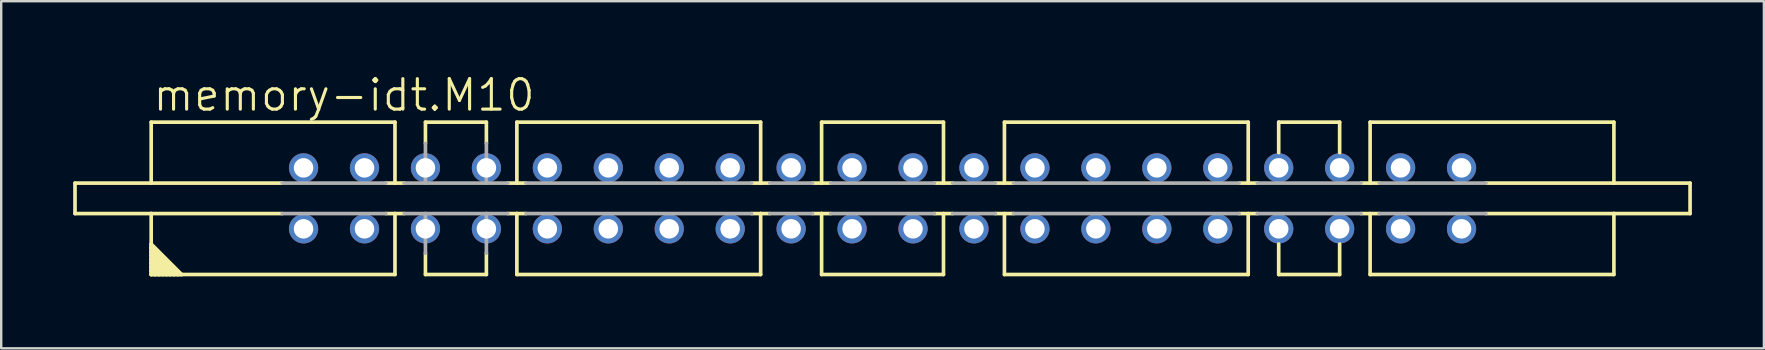
<source format=kicad_pcb>
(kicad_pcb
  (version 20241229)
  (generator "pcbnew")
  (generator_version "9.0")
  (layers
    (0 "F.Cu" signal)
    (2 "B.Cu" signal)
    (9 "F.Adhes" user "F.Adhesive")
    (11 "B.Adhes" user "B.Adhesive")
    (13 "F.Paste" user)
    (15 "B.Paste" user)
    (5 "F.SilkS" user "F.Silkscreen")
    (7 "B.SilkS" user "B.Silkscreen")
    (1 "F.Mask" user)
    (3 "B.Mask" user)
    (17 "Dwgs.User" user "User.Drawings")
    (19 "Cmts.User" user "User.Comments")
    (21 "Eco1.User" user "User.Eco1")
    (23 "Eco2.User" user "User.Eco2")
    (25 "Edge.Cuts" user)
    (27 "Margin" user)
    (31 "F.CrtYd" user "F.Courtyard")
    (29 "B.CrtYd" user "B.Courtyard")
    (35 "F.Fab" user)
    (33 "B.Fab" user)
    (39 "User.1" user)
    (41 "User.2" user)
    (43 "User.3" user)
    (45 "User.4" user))
  (footprint "memory-idt.M10"
    (layer "F.Cu")
    (at 33.731 5.216)
    (property "Reference" "memory-idt.M10" (at -30.48 -3.556 0) (layer "F.SilkS") (effects (font (size 1.27 1.27) (thickness 0.13)) (justify left bottom)))
    (attr through_hole)
    (fp_line (start -33.655 -0.635) (end -33.655 0.635) (stroke (width 0.152) (type default)) (layer "F.SilkS"))
    (fp_line (start -33.655 0.635) (end -30.48 0.635) (stroke (width 0.152) (type default)) (layer "F.SilkS"))
    (fp_line (start -30.48 -3.175) (end -30.48 -0.635) (stroke (width 0.152) (type default)) (layer "F.SilkS"))
    (fp_line (start -30.48 -0.635) (end -33.655 -0.635) (stroke (width 0.152) (type default)) (layer "F.SilkS"))
    (fp_line (start -30.48 0.635) (end -30.48 2.064) (stroke (width 0.152) (type default)) (layer "F.SilkS"))
    (fp_line (start -30.48 0.635) (end -25.019 0.635) (stroke (width 0.152) (type default)) (layer "F.SilkS"))
    (fp_line (start -30.48 1.905) (end -30.48 2.064) (stroke (width 0.152) (type default)) (layer "F.SilkS"))
    (fp_line (start -30.48 1.905) (end -29.21 3.175) (stroke (width 0.152) (type default)) (layer "F.SilkS"))
    (fp_line (start -30.48 2.064) (end -30.48 2.223) (stroke (width 0.152) (type default)) (layer "F.SilkS"))
    (fp_line (start -30.48 2.064) (end -30.48 2.381) (stroke (width 0.152) (type default)) (layer "F.SilkS"))
    (fp_line (start -30.48 2.064) (end -29.369 3.175) (stroke (width 0.152) (type default)) (layer "F.SilkS"))
    (fp_line (start -30.48 2.223) (end -30.48 2.381) (stroke (width 0.152) (type default)) (layer "F.SilkS"))
    (fp_line (start -30.48 2.223) (end -29.527 3.175) (stroke (width 0.152) (type default)) (layer "F.SilkS"))
    (fp_line (start -30.48 2.381) (end -30.48 2.54) (stroke (width 0.152) (type default)) (layer "F.SilkS"))
    (fp_line (start -30.48 2.381) (end -30.48 2.699) (stroke (width 0.152) (type default)) (layer "F.SilkS"))
    (fp_line (start -30.48 2.381) (end -29.686 3.175) (stroke (width 0.152) (type default)) (layer "F.SilkS"))
    (fp_line (start -30.48 2.54) (end -30.48 2.699) (stroke (width 0.152) (type default)) (layer "F.SilkS"))
    (fp_line (start -30.48 2.54) (end -29.845 3.175) (stroke (width 0.152) (type default)) (layer "F.SilkS"))
    (fp_line (start -30.48 2.699) (end -30.48 2.857) (stroke (width 0.152) (type default)) (layer "F.SilkS"))
    (fp_line (start -30.48 2.699) (end -30.48 3.016) (stroke (width 0.152) (type default)) (layer "F.SilkS"))
    (fp_line (start -30.48 2.699) (end -30.004 3.175) (stroke (width 0.152) (type default)) (layer "F.SilkS"))
    (fp_line (start -30.48 2.857) (end -30.48 3.016) (stroke (width 0.152) (type default)) (layer "F.SilkS"))
    (fp_line (start -30.48 2.857) (end -30.163 3.175) (stroke (width 0.152) (type default)) (layer "F.SilkS"))
    (fp_line (start -30.48 3.016) (end -30.48 3.175) (stroke (width 0.152) (type default)) (layer "F.SilkS"))
    (fp_line (start -30.48 3.016) (end -30.48 3.175) (stroke (width 0.152) (type default)) (layer "F.SilkS"))
    (fp_line (start -30.48 3.016) (end -30.321 3.175) (stroke (width 0.152) (type default)) (layer "F.SilkS"))
    (fp_line (start -30.48 3.175) (end -30.321 3.175) (stroke (width 0.152) (type default)) (layer "F.SilkS"))
    (fp_line (start -30.48 3.175) (end -20.32 3.175) (stroke (width 0.152) (type default)) (layer "F.SilkS"))
    (fp_line (start -30.321 3.175) (end -30.163 3.175) (stroke (width 0.152) (type default)) (layer "F.SilkS"))
    (fp_line (start -30.163 3.175) (end -30.004 3.175) (stroke (width 0.152) (type default)) (layer "F.SilkS"))
    (fp_line (start -30.004 3.175) (end -29.845 3.175) (stroke (width 0.152) (type default)) (layer "F.SilkS"))
    (fp_line (start -29.845 3.175) (end -29.686 3.175) (stroke (width 0.152) (type default)) (layer "F.SilkS"))
    (fp_line (start -29.686 3.175) (end -29.527 3.175) (stroke (width 0.152) (type default)) (layer "F.SilkS"))
    (fp_line (start -29.527 3.175) (end -29.369 3.175) (stroke (width 0.152) (type default)) (layer "F.SilkS"))
    (fp_line (start -29.369 3.175) (end -29.21 3.175) (stroke (width 0.152) (type default)) (layer "F.SilkS"))
    (fp_line (start -25.019 -0.635) (end -30.48 -0.635) (stroke (width 0.152) (type default)) (layer "F.SilkS"))
    (fp_line (start -20.32 -3.175) (end -30.48 -3.175) (stroke (width 0.152) (type default)) (layer "F.SilkS"))
    (fp_line (start -20.32 -0.635) (end -20.701 -0.635) (stroke (width 0.152) (type default)) (layer "F.SilkS"))
    (fp_line (start -20.32 -0.635) (end -20.32 -3.175) (stroke (width 0.152) (type default)) (layer "F.SilkS"))
    (fp_line (start -20.32 0.635) (end -20.701 0.635) (stroke (width 0.152) (type default)) (layer "F.SilkS"))
    (fp_line (start -20.32 0.635) (end -19.939 0.635) (stroke (width 0.152) (type default)) (layer "F.SilkS"))
    (fp_line (start -20.32 3.175) (end -20.32 0.635) (stroke (width 0.152) (type default)) (layer "F.SilkS"))
    (fp_line (start -19.939 -0.635) (end -20.32 -0.635) (stroke (width 0.152) (type default)) (layer "F.SilkS"))
    (fp_line (start -19.05 -3.175) (end -16.51 -3.175) (stroke (width 0.152) (type default)) (layer "F.SilkS"))
    (fp_line (start -19.05 -2.286) (end -19.05 -3.175) (stroke (width 0.152) (type default)) (layer "F.SilkS"))
    (fp_line (start -19.05 2.286) (end -19.05 3.175) (stroke (width 0.152) (type default)) (layer "F.SilkS"))
    (fp_line (start -19.05 3.175) (end -16.51 3.175) (stroke (width 0.152) (type default)) (layer "F.SilkS"))
    (fp_line (start -16.51 -3.175) (end -16.51 -2.286) (stroke (width 0.152) (type default)) (layer "F.SilkS"))
    (fp_line (start -16.51 3.175) (end -16.51 2.286) (stroke (width 0.152) (type default)) (layer "F.SilkS"))
    (fp_line (start -15.621 -0.635) (end -15.24 -0.635) (stroke (width 0.152) (type default)) (layer "F.SilkS"))
    (fp_line (start -15.621 0.635) (end -15.24 0.635) (stroke (width 0.152) (type default)) (layer "F.SilkS"))
    (fp_line (start -15.24 -3.175) (end -5.08 -3.175) (stroke (width 0.152) (type default)) (layer "F.SilkS"))
    (fp_line (start -15.24 -0.635) (end -15.24 -3.175) (stroke (width 0.152) (type default)) (layer "F.SilkS"))
    (fp_line (start -15.24 -0.635) (end -14.859 -0.635) (stroke (width 0.152) (type default)) (layer "F.SilkS"))
    (fp_line (start -15.24 0.635) (end -15.24 3.175) (stroke (width 0.152) (type default)) (layer "F.SilkS"))
    (fp_line (start -15.24 0.635) (end -14.859 0.635) (stroke (width 0.152) (type default)) (layer "F.SilkS"))
    (fp_line (start -15.24 3.175) (end -5.08 3.175) (stroke (width 0.152) (type default)) (layer "F.SilkS"))
    (fp_line (start -5.461 0.635) (end -5.08 0.635) (stroke (width 0.152) (type default)) (layer "F.SilkS"))
    (fp_line (start -5.08 -3.175) (end -5.08 -0.635) (stroke (width 0.152) (type default)) (layer "F.SilkS"))
    (fp_line (start -5.08 -0.635) (end -5.461 -0.635) (stroke (width 0.152) (type default)) (layer "F.SilkS"))
    (fp_line (start -5.08 0.635) (end -4.699 0.635) (stroke (width 0.152) (type default)) (layer "F.SilkS"))
    (fp_line (start -5.08 3.175) (end -5.08 0.635) (stroke (width 0.152) (type default)) (layer "F.SilkS"))
    (fp_line (start -4.699 -0.635) (end -5.08 -0.635) (stroke (width 0.152) (type default)) (layer "F.SilkS"))
    (fp_line (start -2.921 -0.635) (end -2.54 -0.635) (stroke (width 0.152) (type default)) (layer "F.SilkS"))
    (fp_line (start -2.921 0.635) (end -2.54 0.635) (stroke (width 0.152) (type default)) (layer "F.SilkS"))
    (fp_line (start -2.54 -3.175) (end 2.54 -3.175) (stroke (width 0.152) (type default)) (layer "F.SilkS"))
    (fp_line (start -2.54 -0.635) (end -2.54 -3.175) (stroke (width 0.152) (type default)) (layer "F.SilkS"))
    (fp_line (start -2.54 -0.635) (end -2.159 -0.635) (stroke (width 0.152) (type default)) (layer "F.SilkS"))
    (fp_line (start -2.54 0.635) (end -2.54 3.175) (stroke (width 0.152) (type default)) (layer "F.SilkS"))
    (fp_line (start -2.54 0.635) (end -2.159 0.635) (stroke (width 0.152) (type default)) (layer "F.SilkS"))
    (fp_line (start -2.54 3.175) (end 2.54 3.175) (stroke (width 0.152) (type default)) (layer "F.SilkS"))
    (fp_line (start 2.159 -0.635) (end 2.921 -0.635) (stroke (width 0.152) (type default)) (layer "F.SilkS"))
    (fp_line (start 2.159 0.635) (end 2.921 0.635) (stroke (width 0.152) (type default)) (layer "F.SilkS"))
    (fp_line (start 2.54 -3.175) (end 2.54 -0.635) (stroke (width 0.152) (type default)) (layer "F.SilkS"))
    (fp_line (start 2.54 3.175) (end 2.54 0.635) (stroke (width 0.152) (type default)) (layer "F.SilkS"))
    (fp_line (start 4.699 -0.635) (end 5.461 -0.635) (stroke (width 0.152) (type default)) (layer "F.SilkS"))
    (fp_line (start 5.08 -3.175) (end 5.08 -0.635) (stroke (width 0.152) (type default)) (layer "F.SilkS"))
    (fp_line (start 5.08 0.635) (end 5.08 3.175) (stroke (width 0.152) (type default)) (layer "F.SilkS"))
    (fp_line (start 5.08 3.175) (end 15.24 3.175) (stroke (width 0.152) (type default)) (layer "F.SilkS"))
    (fp_line (start 5.461 0.635) (end 4.699 0.635) (stroke (width 0.152) (type default)) (layer "F.SilkS"))
    (fp_line (start 14.859 0.635) (end 15.621 0.635) (stroke (width 0.152) (type default)) (layer "F.SilkS"))
    (fp_line (start 15.24 -3.175) (end 5.08 -3.175) (stroke (width 0.152) (type default)) (layer "F.SilkS"))
    (fp_line (start 15.24 -0.635) (end 15.24 -3.175) (stroke (width 0.152) (type default)) (layer "F.SilkS"))
    (fp_line (start 15.24 3.175) (end 15.24 0.635) (stroke (width 0.152) (type default)) (layer "F.SilkS"))
    (fp_line (start 15.621 -0.635) (end 14.859 -0.635) (stroke (width 0.152) (type default)) (layer "F.SilkS"))
    (fp_line (start 16.51 -3.175) (end 19.05 -3.175) (stroke (width 0.152) (type default)) (layer "F.SilkS"))
    (fp_line (start 16.51 -1.905) (end 16.51 -3.175) (stroke (width 0.152) (type default)) (layer "F.SilkS"))
    (fp_line (start 16.51 1.905) (end 16.51 3.175) (stroke (width 0.152) (type default)) (layer "F.SilkS"))
    (fp_line (start 16.51 3.175) (end 19.05 3.175) (stroke (width 0.152) (type default)) (layer "F.SilkS"))
    (fp_line (start 19.05 -3.175) (end 19.05 -1.905) (stroke (width 0.152) (type default)) (layer "F.SilkS"))
    (fp_line (start 19.05 3.175) (end 19.05 1.905) (stroke (width 0.152) (type default)) (layer "F.SilkS"))
    (fp_line (start 19.939 -0.635) (end 20.701 -0.635) (stroke (width 0.152) (type default)) (layer "F.SilkS"))
    (fp_line (start 19.939 0.635) (end 20.701 0.635) (stroke (width 0.152) (type default)) (layer "F.SilkS"))
    (fp_line (start 20.32 -3.175) (end 30.48 -3.175) (stroke (width 0.152) (type default)) (layer "F.SilkS"))
    (fp_line (start 20.32 -0.635) (end 20.32 -3.175) (stroke (width 0.152) (type default)) (layer "F.SilkS"))
    (fp_line (start 20.32 0.635) (end 20.32 3.175) (stroke (width 0.152) (type default)) (layer "F.SilkS"))
    (fp_line (start 20.32 3.175) (end 30.48 3.175) (stroke (width 0.152) (type default)) (layer "F.SilkS"))
    (fp_line (start 30.48 -3.175) (end 30.48 -0.635) (stroke (width 0.152) (type default)) (layer "F.SilkS"))
    (fp_line (start 30.48 -0.635) (end 25.146 -0.635) (stroke (width 0.152) (type default)) (layer "F.SilkS"))
    (fp_line (start 30.48 0.635) (end 25.146 0.635) (stroke (width 0.152) (type default)) (layer "F.SilkS"))
    (fp_line (start 30.48 0.635) (end 33.655 0.635) (stroke (width 0.152) (type default)) (layer "F.SilkS"))
    (fp_line (start 30.48 3.175) (end 30.48 0.635) (stroke (width 0.152) (type default)) (layer "F.SilkS"))
    (fp_line (start 33.655 -0.635) (end 30.48 -0.635) (stroke (width 0.152) (type default)) (layer "F.SilkS"))
    (fp_line (start 33.655 0.635) (end 33.655 -0.635) (stroke (width 0.152) (type default)) (layer "F.SilkS"))
    (fp_line (start -25.019 0.635) (end -20.701 0.635) (stroke (width 0.152) (type default)) (layer "F.Fab"))
    (fp_line (start -20.701 -0.635) (end -25.019 -0.635) (stroke (width 0.152) (type default)) (layer "F.Fab"))
    (fp_line (start -19.939 0.635) (end -19.05 0.635) (stroke (width 0.152) (type default)) (layer "F.Fab"))
    (fp_line (start -19.05 -2.286) (end -19.05 -0.635) (stroke (width 0.152) (type default)) (layer "F.Fab"))
    (fp_line (start -19.05 -0.635) (end -19.939 -0.635) (stroke (width 0.152) (type default)) (layer "F.Fab"))
    (fp_line (start -19.05 0.635) (end -16.51 0.635) (stroke (width 0.152) (type default)) (layer "F.Fab"))
    (fp_line (start -19.05 2.286) (end -19.05 0.635) (stroke (width 0.152) (type default)) (layer "F.Fab"))
    (fp_line (start -16.51 -2.286) (end -16.51 -0.635) (stroke (width 0.152) (type default)) (layer "F.Fab"))
    (fp_line (start -16.51 -0.635) (end -19.05 -0.635) (stroke (width 0.152) (type default)) (layer "F.Fab"))
    (fp_line (start -16.51 0.635) (end -15.621 0.635) (stroke (width 0.152) (type default)) (layer "F.Fab"))
    (fp_line (start -16.51 2.286) (end -16.51 0.635) (stroke (width 0.152) (type default)) (layer "F.Fab"))
    (fp_line (start -15.621 -0.635) (end -16.51 -0.635) (stroke (width 0.152) (type default)) (layer "F.Fab"))
    (fp_line (start -14.859 0.635) (end -5.461 0.635) (stroke (width 0.152) (type default)) (layer "F.Fab"))
    (fp_line (start -5.461 -0.635) (end -14.859 -0.635) (stroke (width 0.152) (type default)) (layer "F.Fab"))
    (fp_line (start -4.699 -0.635) (end -2.921 -0.635) (stroke (width 0.152) (type default)) (layer "F.Fab"))
    (fp_line (start -2.921 0.635) (end -4.699 0.635) (stroke (width 0.152) (type default)) (layer "F.Fab"))
    (fp_line (start -2.159 0.635) (end 2.159 0.635) (stroke (width 0.152) (type default)) (layer "F.Fab"))
    (fp_line (start 2.159 -0.635) (end -2.159 -0.635) (stroke (width 0.152) (type default)) (layer "F.Fab"))
    (fp_line (start 2.921 0.635) (end 4.699 0.635) (stroke (width 0.152) (type default)) (layer "F.Fab"))
    (fp_line (start 4.699 -0.635) (end 2.921 -0.635) (stroke (width 0.152) (type default)) (layer "F.Fab"))
    (fp_line (start 5.461 0.635) (end 14.859 0.635) (stroke (width 0.152) (type default)) (layer "F.Fab"))
    (fp_line (start 14.859 -0.635) (end 5.461 -0.635) (stroke (width 0.152) (type default)) (layer "F.Fab"))
    (fp_line (start 15.621 0.635) (end 19.939 0.635) (stroke (width 0.152) (type default)) (layer "F.Fab"))
    (fp_line (start 19.939 -0.635) (end 15.621 -0.635) (stroke (width 0.152) (type default)) (layer "F.Fab"))
    (fp_line (start 20.701 0.635) (end 25.146 0.635) (stroke (width 0.152) (type default)) (layer "F.Fab"))
    (fp_line (start 25.146 -0.635) (end 20.701 -0.635) (stroke (width 0.152) (type default)) (layer "F.Fab"))
    (pad "1" thru_hole circle (at -24.13 1.27) (size 1.219 1.219) (drill 0.813) (layers "*.Cu" "*.Mask"))
    (pad "2" thru_hole circle (at -21.59 1.27) (size 1.219 1.219) (drill 0.813) (layers "*.Cu" "*.Mask"))
    (pad "3" thru_hole circle (at -19.05 1.27) (size 1.219 1.219) (drill 0.813) (layers "*.Cu" "*.Mask"))
    (pad "4" thru_hole circle (at -16.51 1.27) (size 1.219 1.219) (drill 0.813) (layers "*.Cu" "*.Mask"))
    (pad "5" thru_hole circle (at -13.97 1.27) (size 1.219 1.219) (drill 0.813) (layers "*.Cu" "*.Mask"))
    (pad "6" thru_hole circle (at -11.43 1.27) (size 1.219 1.219) (drill 0.813) (layers "*.Cu" "*.Mask"))
    (pad "7" thru_hole circle (at -8.89 1.27) (size 1.219 1.219) (drill 0.813) (layers "*.Cu" "*.Mask"))
    (pad "8" thru_hole circle (at -6.35 1.27) (size 1.219 1.219) (drill 0.813) (layers "*.Cu" "*.Mask"))
    (pad "9" thru_hole circle (at -3.81 1.27) (size 1.219 1.219) (drill 0.813) (layers "*.Cu" "*.Mask"))
    (pad "10" thru_hole circle (at -1.27 1.27) (size 1.219 1.219) (drill 0.813) (layers "*.Cu" "*.Mask"))
    (pad "11" thru_hole circle (at 1.27 1.27) (size 1.219 1.219) (drill 0.813) (layers "*.Cu" "*.Mask"))
    (pad "12" thru_hole circle (at 3.81 1.27) (size 1.219 1.219) (drill 0.813) (layers "*.Cu" "*.Mask"))
    (pad "13" thru_hole circle (at 6.35 1.27) (size 1.219 1.219) (drill 0.813) (layers "*.Cu" "*.Mask"))
    (pad "14" thru_hole circle (at 8.89 1.27) (size 1.219 1.219) (drill 0.813) (layers "*.Cu" "*.Mask"))
    (pad "15" thru_hole circle (at 11.43 1.27) (size 1.219 1.219) (drill 0.813) (layers "*.Cu" "*.Mask"))
    (pad "16" thru_hole circle (at 13.97 1.27) (size 1.219 1.219) (drill 0.813) (layers "*.Cu" "*.Mask"))
    (pad "17" thru_hole circle (at 16.51 1.27) (size 1.219 1.219) (drill 0.813) (layers "*.Cu" "*.Mask"))
    (pad "18" thru_hole circle (at 19.05 1.27) (size 1.219 1.219) (drill 0.813) (layers "*.Cu" "*.Mask"))
    (pad "19" thru_hole circle (at 21.59 1.27) (size 1.219 1.219) (drill 0.813) (layers "*.Cu" "*.Mask"))
    (pad "20" thru_hole circle (at 24.13 1.27) (size 1.219 1.219) (drill 0.813) (layers "*.Cu" "*.Mask"))
    (pad "21" thru_hole circle (at 24.13 -1.27) (size 1.219 1.219) (drill 0.813) (layers "*.Cu" "*.Mask"))
    (pad "22" thru_hole circle (at 21.59 -1.27) (size 1.219 1.219) (drill 0.813) (layers "*.Cu" "*.Mask"))
    (pad "23" thru_hole circle (at 19.05 -1.27) (size 1.219 1.219) (drill 0.813) (layers "*.Cu" "*.Mask"))
    (pad "24" thru_hole circle (at 16.51 -1.27) (size 1.219 1.219) (drill 0.813) (layers "*.Cu" "*.Mask"))
    (pad "25" thru_hole circle (at 13.97 -1.27) (size 1.219 1.219) (drill 0.813) (layers "*.Cu" "*.Mask"))
    (pad "26" thru_hole circle (at 11.43 -1.27) (size 1.219 1.219) (drill 0.813) (layers "*.Cu" "*.Mask"))
    (pad "27" thru_hole circle (at 8.89 -1.27) (size 1.219 1.219) (drill 0.813) (layers "*.Cu" "*.Mask"))
    (pad "28" thru_hole circle (at 6.35 -1.27) (size 1.219 1.219) (drill 0.813) (layers "*.Cu" "*.Mask"))
    (pad "29" thru_hole circle (at 3.81 -1.27) (size 1.219 1.219) (drill 0.813) (layers "*.Cu" "*.Mask"))
    (pad "30" thru_hole circle (at 1.27 -1.27) (size 1.219 1.219) (drill 0.813) (layers "*.Cu" "*.Mask"))
    (pad "31" thru_hole circle (at -1.27 -1.27) (size 1.219 1.219) (drill 0.813) (layers "*.Cu" "*.Mask"))
    (pad "32" thru_hole circle (at -3.81 -1.27) (size 1.219 1.219) (drill 0.813) (layers "*.Cu" "*.Mask"))
    (pad "33" thru_hole circle (at -6.35 -1.27) (size 1.219 1.219) (drill 0.813) (layers "*.Cu" "*.Mask"))
    (pad "34" thru_hole circle (at -8.89 -1.27) (size 1.219 1.219) (drill 0.813) (layers "*.Cu" "*.Mask"))
    (pad "35" thru_hole circle (at -11.43 -1.27) (size 1.219 1.219) (drill 0.813) (layers "*.Cu" "*.Mask"))
    (pad "36" thru_hole circle (at -13.97 -1.27) (size 1.219 1.219) (drill 0.813) (layers "*.Cu" "*.Mask"))
    (pad "37" thru_hole circle (at -16.51 -1.27) (size 1.219 1.219) (drill 0.813) (layers "*.Cu" "*.Mask"))
    (pad "38" thru_hole circle (at -19.05 -1.27) (size 1.219 1.219) (drill 0.813) (layers "*.Cu" "*.Mask"))
    (pad "39" thru_hole circle (at -21.59 -1.27) (size 1.219 1.219) (drill 0.813) (layers "*.Cu" "*.Mask"))
    (pad "40" thru_hole circle (at -24.13 -1.27) (size 1.219 1.219) (drill 0.813) (layers "*.Cu" "*.Mask")))
  (gr_rect
    (start -3 -3)
    (end 70.462 11.467)
    (stroke (width 0.1) (type default))
    (fill no)
    (layer "Edge.Cuts")))
</source>
